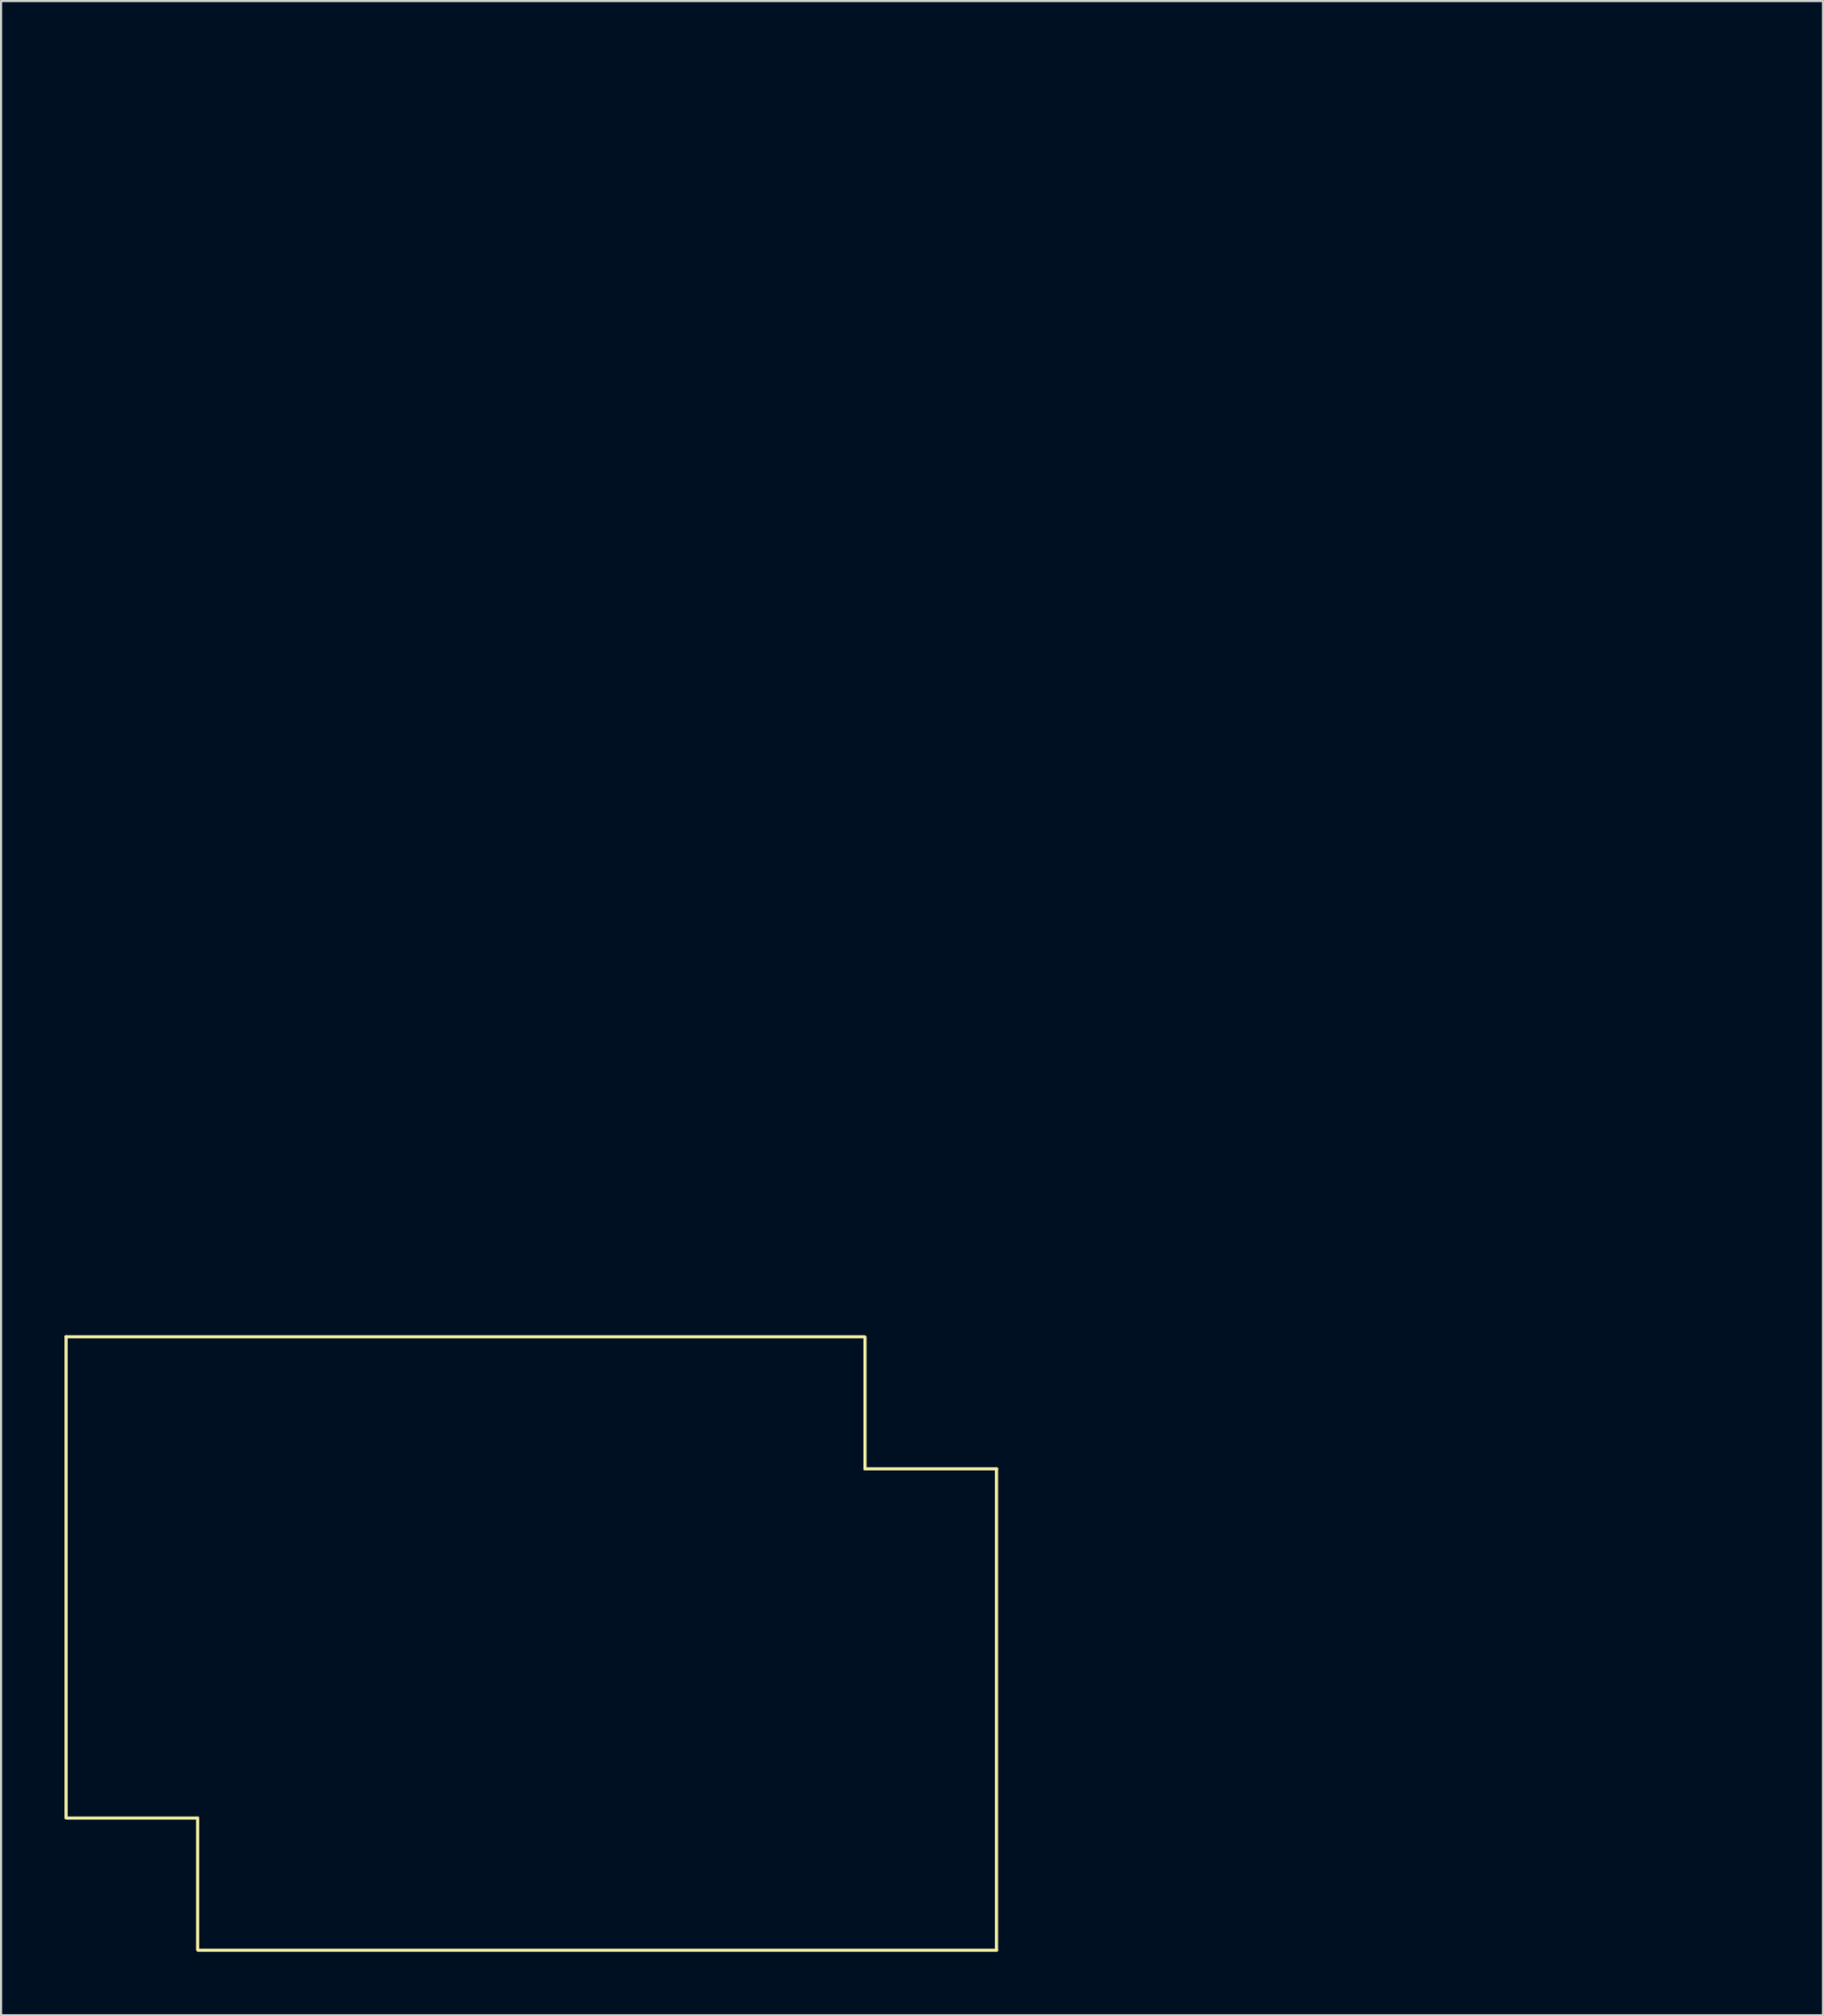
<source format=kicad_pcb>
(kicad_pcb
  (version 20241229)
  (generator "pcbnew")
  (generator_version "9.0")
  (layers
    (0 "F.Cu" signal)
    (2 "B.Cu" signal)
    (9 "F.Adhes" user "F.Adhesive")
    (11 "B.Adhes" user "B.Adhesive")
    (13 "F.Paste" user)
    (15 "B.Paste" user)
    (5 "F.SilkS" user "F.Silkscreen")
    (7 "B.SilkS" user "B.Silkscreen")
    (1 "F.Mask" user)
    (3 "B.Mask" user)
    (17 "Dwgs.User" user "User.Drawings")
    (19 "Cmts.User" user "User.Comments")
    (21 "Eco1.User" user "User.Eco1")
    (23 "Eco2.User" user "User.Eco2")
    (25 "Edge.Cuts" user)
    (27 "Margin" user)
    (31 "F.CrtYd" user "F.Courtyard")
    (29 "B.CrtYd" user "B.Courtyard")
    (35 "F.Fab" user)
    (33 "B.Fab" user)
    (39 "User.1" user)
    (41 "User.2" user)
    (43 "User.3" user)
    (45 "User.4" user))
  (footprint "HAMMOND_1551G"
    (layer "F.Cu")
    (at 12.075 62.892)
    (property "Reference" "HAMMOND_1551G" (at -2.54 -5.85 0) (layer "Eco1.User") (effects (font (size 1 1) (thickness 0.15))))
    (attr through_hole)
    (fp_line (start -12 -2.75) (end -12 20) (stroke (width 0.15) (type solid)) (layer "F.SilkS"))
    (fp_line (start -12 -2.75) (end 25.75 -2.75) (stroke (width 0.15) (type solid)) (layer "F.SilkS"))
    (fp_line (start -11.938 20.003) (end -5.779 20.003) (stroke (width 0.15) (type solid)) (layer "F.SilkS"))
    (fp_line (start -5.779 20.003) (end -5.779 26.226) (stroke (width 0.15) (type solid)) (layer "F.SilkS"))
    (fp_line (start -5.75 26.25) (end 32 26.25) (stroke (width 0.15) (type solid)) (layer "F.SilkS"))
    (fp_line (start 25.781 -2.731) (end 25.781 3.493) (stroke (width 0.15) (type solid)) (layer "F.SilkS"))
    (fp_line (start 25.781 3.493) (end 32.004 3.493) (stroke (width 0.15) (type solid)) (layer "F.SilkS"))
    (fp_line (start 32 3.5) (end 32 26.25) (stroke (width 0.15) (type solid)) (layer "F.SilkS"))
    (fp_circle (center 0 0) (end 1.25 0) (stroke (width 0.15) (type solid)) (fill no) (layer "Eco1.User"))
    (fp_circle (center 20 23.5) (end 21.25 23.5) (stroke (width 0.15) (type solid)) (fill no) (layer "Eco1.User")))
  (footprint "hammond1591XXLGY_pcb"
    (layer "F.Cu")
    (at 14.975 40.825)
    (property "Reference" "hammond1591XXLGY_pcb" (at -4.74 11.52 0) (layer "Eco1.User") (effects (font (size 1 1) (thickness 0.15))))
    (attr through_hole)
    (fp_line (start -14.9 -32.93) (end -7.28 -32.93) (stroke (width 0.15) (type solid)) (layer "Eco1.User"))
    (fp_line (start -14.9 2.5) (end -14.9 -33) (stroke (width 0.15) (type solid)) (layer "Eco1.User"))
    (fp_line (start -14.9 2.63) (end -7.28 2.63) (stroke (width 0.15) (type solid)) (layer "Eco1.User"))
    (fp_line (start -7.28 -32.93) (end -7.28 -40.55) (stroke (width 0.15) (type solid)) (layer "Eco1.User"))
    (fp_line (start -7.28 2.63) (end -7.28 10.25) (stroke (width 0.15) (type solid)) (layer "Eco1.User"))
    (fp_line (start -7.15 -40.75) (end 57.35 -40.75) (stroke (width 0.15) (type solid)) (layer "Eco1.User"))
    (fp_line (start -7.15 10.25) (end 57.35 10.25) (stroke (width 0.15) (type solid)) (layer "Eco1.User"))
    (fp_line (start 57.49 -40.55) (end 57.49 -32.93) (stroke (width 0.15) (type solid)) (layer "Eco1.User"))
    (fp_line (start 57.49 -32.93) (end 65.11 -32.93) (stroke (width 0.15) (type solid)) (layer "Eco1.User"))
    (fp_line (start 57.49 2.63) (end 57.49 10.25) (stroke (width 0.15) (type solid)) (layer "Eco1.User"))
    (fp_line (start 65.1 2.5) (end 65.1 -33) (stroke (width 0.15) (type solid)) (layer "Eco1.User"))
    (fp_line (start 65.11 2.63) (end 57.49 2.63) (stroke (width 0.15) (type solid)) (layer "Eco1.User"))
    (fp_circle (center 0 -30.5) (end 1.75 -30.5) (stroke (width 0.15) (type solid)) (fill no) (layer "Eco1.User"))
    (fp_circle (center 0 0) (end 1.75 0) (stroke (width 0.15) (type solid)) (fill no) (layer "Eco1.User"))
    (fp_circle (center 50.2 -30.5) (end 51.95 -30.5) (stroke (width 0.15) (type solid)) (fill no) (layer "Eco1.User"))
    (fp_circle (center 50.2 0) (end 51.95 0) (stroke (width 0.15) (type solid)) (fill no) (layer "Eco1.User")))
  (gr_rect
    (start -3 -3)
    (end 83.16 92.216)
    (stroke (width 0.1) (type default))
    (fill no)
    (layer "Edge.Cuts")))
</source>
